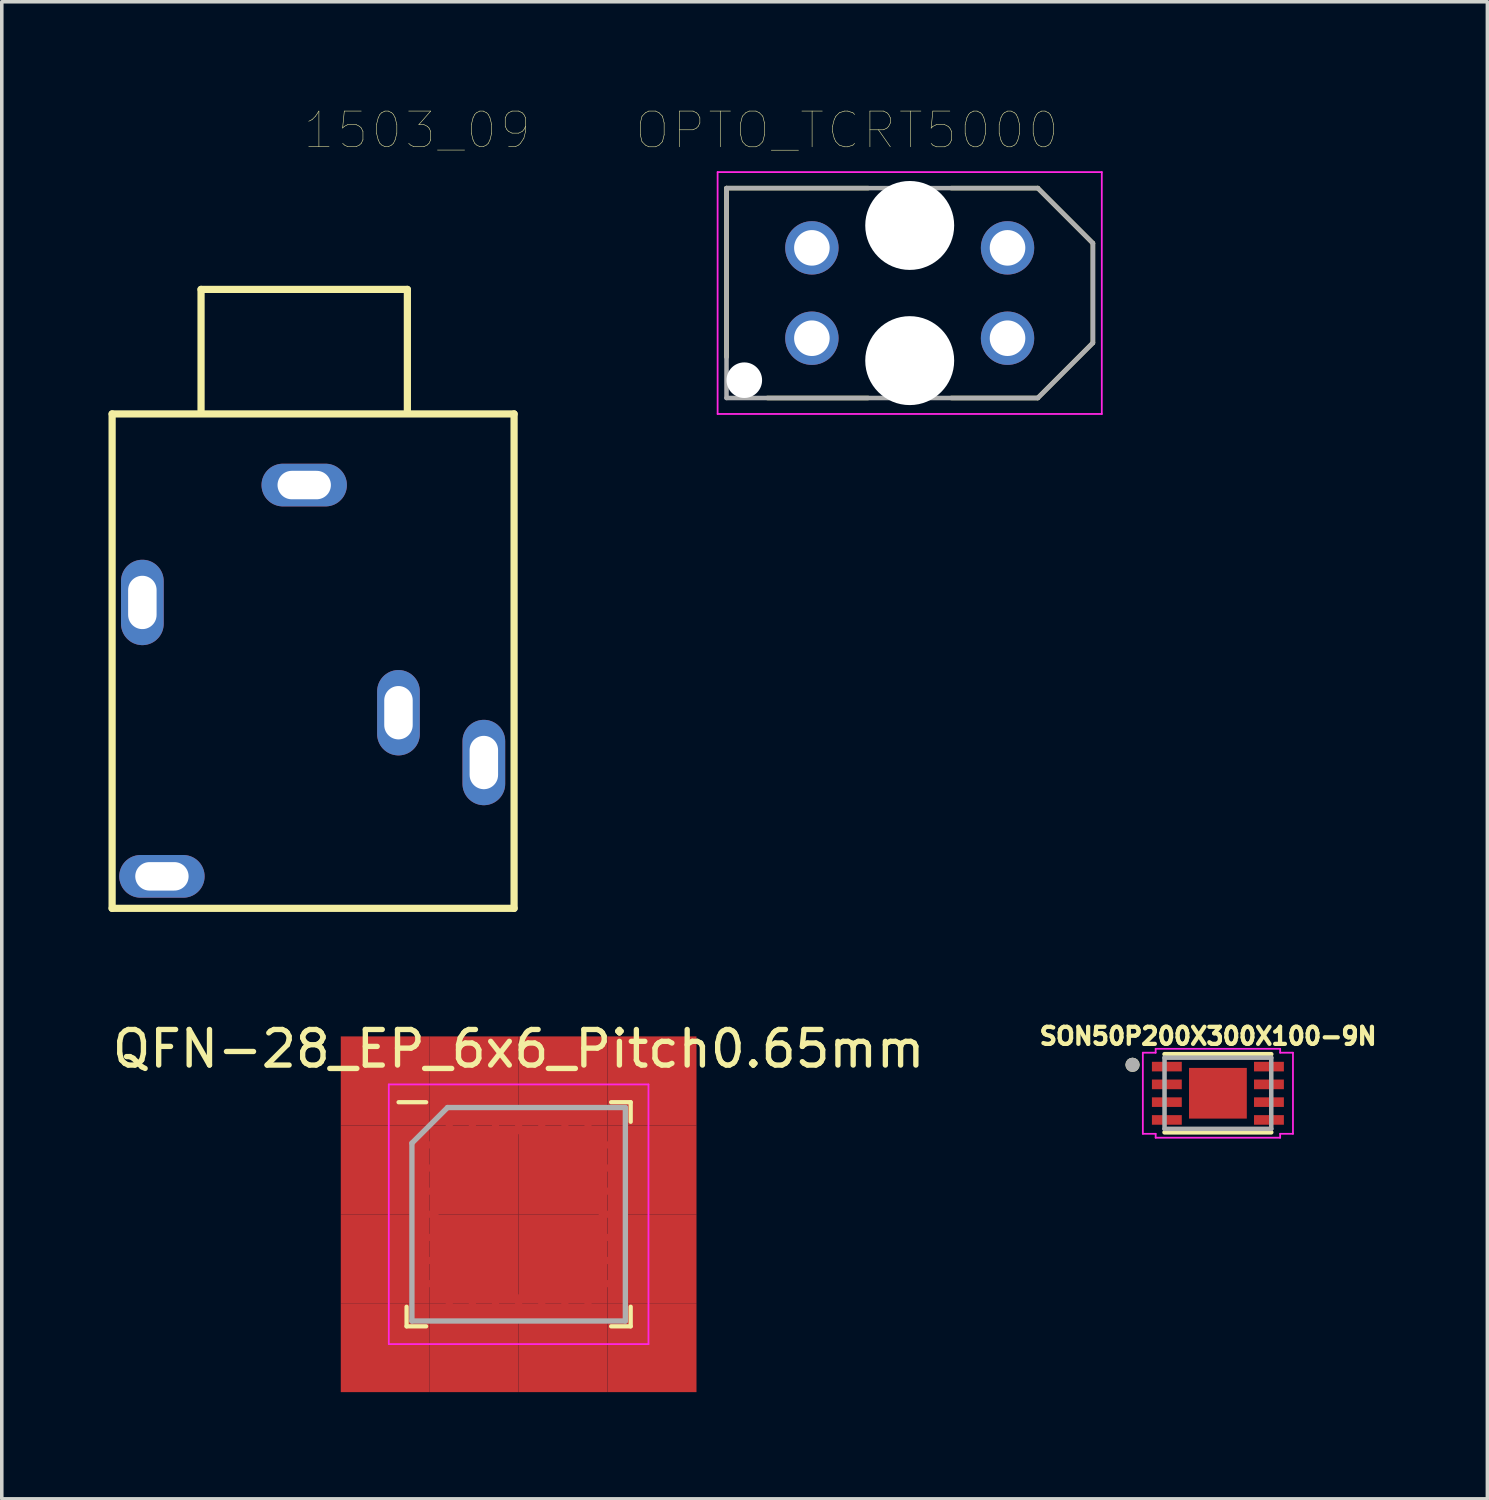
<source format=kicad_pcb>
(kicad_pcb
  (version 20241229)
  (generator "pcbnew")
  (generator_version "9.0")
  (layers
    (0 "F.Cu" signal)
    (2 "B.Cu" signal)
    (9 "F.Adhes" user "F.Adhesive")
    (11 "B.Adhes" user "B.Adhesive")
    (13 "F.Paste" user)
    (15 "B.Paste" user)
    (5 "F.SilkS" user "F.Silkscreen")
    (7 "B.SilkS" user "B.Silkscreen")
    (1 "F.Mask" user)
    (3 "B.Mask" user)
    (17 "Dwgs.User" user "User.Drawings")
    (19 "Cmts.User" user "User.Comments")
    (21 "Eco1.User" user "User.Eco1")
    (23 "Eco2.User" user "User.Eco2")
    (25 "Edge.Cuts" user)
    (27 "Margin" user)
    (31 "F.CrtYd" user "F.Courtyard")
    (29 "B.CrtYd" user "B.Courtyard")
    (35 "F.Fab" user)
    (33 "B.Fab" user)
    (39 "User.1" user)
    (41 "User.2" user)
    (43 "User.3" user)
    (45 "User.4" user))
  (footprint "QFN-28_EP_6x6_Pitch0.65mm"
    (layer "F.Cu")
    (at 11.53 31.086)
    (property "Reference" "QFN-28_EP_6x6_Pitch0.65mm" (at 0 -4.65 0) (layer "F.SilkS") (effects (font (size 1 1) (thickness 0.15))))
    (attr smd)
    (fp_line (start -3.15 3.15) (end -3.15 2.6) (stroke (width 0.12) (type solid)) (layer "F.SilkS"))
    (fp_line (start -2.6 -3.15) (end -3.375 -3.15) (stroke (width 0.12) (type solid)) (layer "F.SilkS"))
    (fp_line (start -2.6 3.15) (end -3.15 3.15) (stroke (width 0.12) (type solid)) (layer "F.SilkS"))
    (fp_line (start 2.6 -3.15) (end 3.15 -3.15) (stroke (width 0.12) (type solid)) (layer "F.SilkS"))
    (fp_line (start 2.6 3.15) (end 3.15 3.15) (stroke (width 0.12) (type solid)) (layer "F.SilkS"))
    (fp_line (start 3.15 -3.15) (end 3.15 -2.6) (stroke (width 0.12) (type solid)) (layer "F.SilkS"))
    (fp_line (start 3.15 3.15) (end 3.15 2.6) (stroke (width 0.12) (type solid)) (layer "F.SilkS"))
    (fp_line (start -3.65 -3.65) (end 3.65 -3.65) (stroke (width 0.05) (type solid)) (layer "F.CrtYd"))
    (fp_line (start -3.65 3.65) (end -3.65 -3.65) (stroke (width 0.05) (type solid)) (layer "F.CrtYd"))
    (fp_line (start 3.65 -3.65) (end 3.65 3.65) (stroke (width 0.05) (type solid)) (layer "F.CrtYd"))
    (fp_line (start 3.65 3.65) (end -3.65 3.65) (stroke (width 0.05) (type solid)) (layer "F.CrtYd"))
    (fp_line (start -3 -2) (end -3 3) (stroke (width 0.15) (type solid)) (layer "F.Fab"))
    (fp_line (start -3 3) (end 3 3) (stroke (width 0.15) (type solid)) (layer "F.Fab"))
    (fp_line (start -2 -3) (end -3 -2) (stroke (width 0.15) (type solid)) (layer "F.Fab"))
    (fp_line (start 3 -3) (end -2 -3) (stroke (width 0.15) (type solid)) (layer "F.Fab"))
    (fp_line (start 3 3) (end 3 -3) (stroke (width 0.15) (type solid)) (layer "F.Fab"))
    (pad "1" smd oval (at -2.625 -1.95 90) (size 0.2 0.75) (layers "F.Cu" "F.Mask" "F.Paste"))
    (pad "2" smd oval (at -2.625 -1.3 90) (size 0.2 0.75) (layers "F.Cu" "F.Mask" "F.Paste"))
    (pad "3" smd oval (at -2.625 -0.65 90) (size 0.2 0.75) (layers "F.Cu" "F.Mask" "F.Paste"))
    (pad "4" smd oval (at -2.625 0 90) (size 0.2 0.75) (layers "F.Cu" "F.Mask" "F.Paste"))
    (pad "5" smd oval (at -2.625 0.65 90) (size 0.2 0.75) (layers "F.Cu" "F.Mask" "F.Paste"))
    (pad "6" smd oval (at -2.625 1.3 90) (size 0.2 0.75) (layers "F.Cu" "F.Mask" "F.Paste"))
    (pad "7" smd oval (at -2.625 1.95 90) (size 0.2 0.75) (layers "F.Cu" "F.Mask" "F.Paste"))
    (pad "8" smd oval (at -1.95 2.625) (size 0.2 0.75) (layers "F.Cu" "F.Mask" "F.Paste"))
    (pad "9" smd oval (at -1.3 2.625) (size 0.2 0.75) (layers "F.Cu" "F.Mask" "F.Paste"))
    (pad "10" smd oval (at -0.65 2.625) (size 0.2 0.75) (layers "F.Cu" "F.Mask" "F.Paste"))
    (pad "11" smd oval (at 0 2.625) (size 0.2 0.75) (layers "F.Cu" "F.Mask" "F.Paste"))
    (pad "12" smd oval (at 0.65 2.625) (size 0.2 0.75) (layers "F.Cu" "F.Mask" "F.Paste"))
    (pad "13" smd oval (at 1.3 2.625) (size 0.2 0.75) (layers "F.Cu" "F.Mask" "F.Paste"))
    (pad "14" smd oval (at 1.95 2.625) (size 0.2 0.75) (layers "F.Cu" "F.Mask" "F.Paste"))
    (pad "15" smd oval (at 2.625 1.95 90) (size 0.2 0.75) (layers "F.Cu" "F.Mask" "F.Paste"))
    (pad "16" smd oval (at 2.625 1.3 90) (size 0.2 0.75) (layers "F.Cu" "F.Mask" "F.Paste"))
    (pad "17" smd oval (at 2.625 0.65 90) (size 0.2 0.75) (layers "F.Cu" "F.Mask" "F.Paste"))
    (pad "18" smd oval (at 2.625 0 90) (size 0.2 0.75) (layers "F.Cu" "F.Mask" "F.Paste"))
    (pad "19" smd oval (at 2.625 -0.65 90) (size 0.2 0.75) (layers "F.Cu" "F.Mask" "F.Paste"))
    (pad "20" smd oval (at 2.625 -1.3 90) (size 0.2 0.75) (layers "F.Cu" "F.Mask" "F.Paste"))
    (pad "21" smd oval (at 2.625 -1.95 90) (size 0.2 0.75) (layers "F.Cu" "F.Mask" "F.Paste"))
    (pad "22" smd oval (at 1.95 -2.625) (size 0.2 0.75) (layers "F.Cu" "F.Mask" "F.Paste"))
    (pad "23" smd oval (at 1.3 -2.625) (size 0.2 0.75) (layers "F.Cu" "F.Mask" "F.Paste"))
    (pad "24" smd oval (at 0.65 -2.625) (size 0.2 0.75) (layers "F.Cu" "F.Mask" "F.Paste"))
    (pad "25" smd oval (at 0 -2.625) (size 0.2 0.75) (layers "F.Cu" "F.Mask" "F.Paste"))
    (pad "26" smd oval (at -0.65 -2.625) (size 0.2 0.75) (layers "F.Cu" "F.Mask" "F.Paste"))
    (pad "27" smd oval (at -1.3 -2.625) (size 0.2 0.75) (layers "F.Cu" "F.Mask" "F.Paste"))
    (pad "28" smd oval (at -1.95 -2.625) (size 0.2 0.75) (layers "F.Cu" "F.Mask" "F.Paste"))
    (pad "29" smd rect (at -3.75 -3.75) (size 2.5 2.5) (layers "F.Cu" "F.Mask" "F.Paste"))
    (pad "29" smd rect (at -3.75 -1.25) (size 2.5 2.5) (layers "F.Cu" "F.Mask" "F.Paste"))
    (pad "29" smd rect (at -3.75 1.25) (size 2.5 2.5) (layers "F.Cu" "F.Mask" "F.Paste"))
    (pad "29" smd rect (at -3.75 3.75) (size 2.5 2.5) (layers "F.Cu" "F.Mask" "F.Paste"))
    (pad "29" smd rect (at -1.25 -3.75) (size 2.5 2.5) (layers "F.Cu" "F.Mask" "F.Paste"))
    (pad "29" smd rect (at -1.25 -1.25) (size 2.5 2.5) (layers "F.Cu" "F.Mask" "F.Paste"))
    (pad "29" smd rect (at -1.25 1.25) (size 2.5 2.5) (layers "F.Cu" "F.Mask" "F.Paste"))
    (pad "29" smd rect (at -1.25 3.75) (size 2.5 2.5) (layers "F.Cu" "F.Mask" "F.Paste"))
    (pad "29" smd rect (at 1.25 -3.75) (size 2.5 2.5) (layers "F.Cu" "F.Mask" "F.Paste"))
    (pad "29" smd rect (at 1.25 -1.25) (size 2.5 2.5) (layers "F.Cu" "F.Mask" "F.Paste"))
    (pad "29" smd rect (at 1.25 1.25) (size 2.5 2.5) (layers "F.Cu" "F.Mask" "F.Paste"))
    (pad "29" smd rect (at 1.25 3.75) (size 2.5 2.5) (layers "F.Cu" "F.Mask" "F.Paste"))
    (pad "29" smd rect (at 3.75 -3.75) (size 2.5 2.5) (layers "F.Cu" "F.Mask" "F.Paste"))
    (pad "29" smd rect (at 3.75 -1.25) (size 2.5 2.5) (layers "F.Cu" "F.Mask" "F.Paste"))
    (pad "29" smd rect (at 3.75 1.25) (size 2.5 2.5) (layers "F.Cu" "F.Mask" "F.Paste"))
    (pad "29" smd rect (at 3.75 3.75) (size 2.5 2.5) (layers "F.Cu" "F.Mask" "F.Paste")))
  (footprint "1503_09"
    (layer "F.Cu")
    (at 5.502 8.486)
    (property "Reference" "1503_09" (at 3.175 -7.875 0) (layer "F.SilkS") (effects (font (size 1 1) (thickness 0.015))))
    (attr through_hole)
    (fp_line (start -5.4 0.1) (end 5.9 0.1) (stroke (width 0.203) (type solid)) (layer "F.SilkS"))
    (fp_line (start -5.4 14) (end -5.4 0.1) (stroke (width 0.203) (type solid)) (layer "F.SilkS"))
    (fp_line (start -2.9 -3.4) (end 2.9 -3.4) (stroke (width 0.203) (type solid)) (layer "F.SilkS"))
    (fp_line (start -2.9 0) (end -2.9 -3.4) (stroke (width 0.203) (type solid)) (layer "F.SilkS"))
    (fp_line (start 2.9 -3.4) (end 2.9 0) (stroke (width 0.203) (type solid)) (layer "F.SilkS"))
    (fp_line (start 5.9 0.1) (end 5.9 14) (stroke (width 0.203) (type solid)) (layer "F.SilkS"))
    (fp_line (start 5.9 14) (end -5.4 14) (stroke (width 0.203) (type solid)) (layer "F.SilkS"))
    (pad "1" thru_hole oval (at 0 2.1) (size 2.4 1.2) (drill oval 1.5 0.8) (layers "*.Cu" "*.Mask"))
    (pad "2" thru_hole oval (at -4.55 5.4) (size 1.2 2.4) (drill oval 0.8 1.5) (layers "*.Cu" "*.Mask"))
    (pad "3" thru_hole oval (at 5.05 9.9) (size 1.2 2.4) (drill oval 0.8 1.5) (layers "*.Cu" "*.Mask"))
    (pad "4" thru_hole oval (at -4 13.1) (size 2.4 1.2) (drill oval 1.5 0.8) (layers "*.Cu" "*.Mask"))
    (pad "5" thru_hole oval (at 2.65 8.5) (size 1.2 2.4) (drill oval 0.8 1.5) (layers "*.Cu" "*.Mask")))
  (footprint "SON50P200X300X100-9N"
    (layer "F.Cu")
    (at 31.188 27.684)
    (property "Reference" "SON50P200X300X100-9N" (at -0.276 -1.605 0) (layer "F.SilkS") (effects (font (size 0.48 0.48) (thickness 0.15))))
    (attr through_hole)
    (fp_line (start -1.5 -1.099) (end 1.5 -1.099) (stroke (width 0.127) (type solid)) (layer "F.SilkS"))
    (fp_line (start -1.5 1.099) (end 1.5 1.099) (stroke (width 0.127) (type solid)) (layer "F.SilkS"))
    (fp_circle (center -2.4 -0.8) (end -2.3 -0.8) (stroke (width 0.2) (type solid)) (fill no) (layer "F.SilkS"))
    (fp_poly (pts (xy -0.665 -0.49) (xy -0.075 -0.49) (xy -0.075 0.49) (xy -0.665 0.49)) (stroke (width 0.01) (type solid)) (fill yes) (layer "F.Paste"))
    (fp_poly (pts (xy 0.075 -0.49) (xy 0.665 -0.49) (xy 0.665 0.49) (xy 0.075 0.49)) (stroke (width 0.01) (type solid)) (fill yes) (layer "F.Paste"))
    (fp_line (start -2.11 -1.14) (end -1.75 -1.14) (stroke (width 0.05) (type solid)) (layer "F.CrtYd"))
    (fp_line (start -2.11 1.14) (end -2.11 -1.14) (stroke (width 0.05) (type solid)) (layer "F.CrtYd"))
    (fp_line (start -1.75 -1.25) (end 1.75 -1.25) (stroke (width 0.05) (type solid)) (layer "F.CrtYd"))
    (fp_line (start -1.75 -1.14) (end -1.75 -1.25) (stroke (width 0.05) (type solid)) (layer "F.CrtYd"))
    (fp_line (start -1.75 1.14) (end -2.11 1.14) (stroke (width 0.05) (type solid)) (layer "F.CrtYd"))
    (fp_line (start -1.75 1.25) (end -1.75 1.14) (stroke (width 0.05) (type solid)) (layer "F.CrtYd"))
    (fp_line (start 1.75 -1.25) (end 1.75 -1.14) (stroke (width 0.05) (type solid)) (layer "F.CrtYd"))
    (fp_line (start 1.75 -1.14) (end 2.11 -1.14) (stroke (width 0.05) (type solid)) (layer "F.CrtYd"))
    (fp_line (start 1.75 1.14) (end 1.75 1.25) (stroke (width 0.05) (type solid)) (layer "F.CrtYd"))
    (fp_line (start 1.75 1.25) (end -1.75 1.25) (stroke (width 0.05) (type solid)) (layer "F.CrtYd"))
    (fp_line (start 2.11 -1.14) (end 2.11 1.14) (stroke (width 0.05) (type solid)) (layer "F.CrtYd"))
    (fp_line (start 2.11 1.14) (end 1.75 1.14) (stroke (width 0.05) (type solid)) (layer "F.CrtYd"))
    (fp_line (start -1.5 -1) (end 1.5 -1) (stroke (width 0.127) (type solid)) (layer "F.Fab"))
    (fp_line (start -1.5 1) (end -1.5 -1) (stroke (width 0.127) (type solid)) (layer "F.Fab"))
    (fp_line (start 1.5 -1) (end 1.5 1) (stroke (width 0.127) (type solid)) (layer "F.Fab"))
    (fp_line (start 1.5 1) (end -1.5 1) (stroke (width 0.127) (type solid)) (layer "F.Fab"))
    (fp_circle (center -2.4 -0.8) (end -2.3 -0.8) (stroke (width 0.2) (type solid)) (fill no) (layer "F.Fab"))
    (pad "1" smd roundrect (at -1.435 -0.75) (size 0.84 0.27) (layers "F.Cu" "F.Mask" "F.Paste") (roundrect_rratio 0.01))
    (pad "2" smd roundrect (at -1.435 -0.25) (size 0.84 0.27) (layers "F.Cu" "F.Mask" "F.Paste") (roundrect_rratio 0.01))
    (pad "3" smd roundrect (at -1.435 0.25) (size 0.84 0.27) (layers "F.Cu" "F.Mask" "F.Paste") (roundrect_rratio 0.01))
    (pad "4" smd roundrect (at -1.435 0.75) (size 0.84 0.27) (layers "F.Cu" "F.Mask" "F.Paste") (roundrect_rratio 0.01))
    (pad "5" smd roundrect (at 1.435 0.75) (size 0.84 0.27) (layers "F.Cu" "F.Mask" "F.Paste") (roundrect_rratio 0.01))
    (pad "6" smd roundrect (at 1.435 0.25) (size 0.84 0.27) (layers "F.Cu" "F.Mask" "F.Paste") (roundrect_rratio 0.01))
    (pad "7" smd roundrect (at 1.435 -0.25) (size 0.84 0.27) (layers "F.Cu" "F.Mask" "F.Paste") (roundrect_rratio 0.01))
    (pad "8" smd roundrect (at 1.435 -0.75) (size 0.84 0.27) (layers "F.Cu" "F.Mask" "F.Paste") (roundrect_rratio 0.01))
    (pad "9" smd rect (at 0 0) (size 1.625 1.425) (layers "F.Cu" "F.Mask")))
  (footprint "OPTO_TCRT5000"
    (layer "F.Cu")
    (at 22.524 5.188)
    (property "Reference" "OPTO_TCRT5000" (at -1.764 -4.575 0) (layer "F.SilkS") (effects (font (size 1.004 1.004) (thickness 0.015))))
    (attr through_hole)
    (fp_line (start -5.15 -2.95) (end -1.17 -2.95) (stroke (width 0.127) (type solid)) (layer "F.SilkS"))
    (fp_line (start -5.15 1.8) (end -5.15 -2.95) (stroke (width 0.127) (type solid)) (layer "F.SilkS"))
    (fp_line (start -4 2.95) (end -1.17 2.95) (stroke (width 0.127) (type solid)) (layer "F.SilkS"))
    (fp_line (start 1.17 2.95) (end 3.6 2.95) (stroke (width 0.127) (type solid)) (layer "F.SilkS"))
    (fp_line (start 3.6 -2.95) (end 1.17 -2.95) (stroke (width 0.127) (type solid)) (layer "F.SilkS"))
    (fp_line (start 3.6 -2.95) (end 5.15 -1.4) (stroke (width 0.127) (type solid)) (layer "F.SilkS"))
    (fp_line (start 3.6 2.95) (end 5.15 1.4) (stroke (width 0.127) (type solid)) (layer "F.SilkS"))
    (fp_line (start 5.15 1.4) (end 5.15 -1.4) (stroke (width 0.127) (type solid)) (layer "F.SilkS"))
    (fp_line (start -5.4 -3.4) (end -5.4 3.4) (stroke (width 0.05) (type solid)) (layer "F.CrtYd"))
    (fp_line (start -5.4 3.4) (end 5.4 3.4) (stroke (width 0.05) (type solid)) (layer "F.CrtYd"))
    (fp_line (start 5.4 -3.4) (end -5.4 -3.4) (stroke (width 0.05) (type solid)) (layer "F.CrtYd"))
    (fp_line (start 5.4 3.4) (end 5.4 -3.4) (stroke (width 0.05) (type solid)) (layer "F.CrtYd"))
    (fp_line (start -5.15 -2.95) (end -5.15 2.95) (stroke (width 0.127) (type solid)) (layer "F.Fab"))
    (fp_line (start -5.15 2.95) (end 3.6 2.95) (stroke (width 0.127) (type solid)) (layer "F.Fab"))
    (fp_line (start 3.6 -2.95) (end -5.15 -2.95) (stroke (width 0.127) (type solid)) (layer "F.Fab"))
    (fp_line (start 3.6 -2.95) (end 5.15 -1.4) (stroke (width 0.127) (type solid)) (layer "F.Fab"))
    (fp_line (start 3.6 2.95) (end 5.15 1.4) (stroke (width 0.127) (type solid)) (layer "F.Fab"))
    (fp_line (start 5.15 1.4) (end 5.15 -1.4) (stroke (width 0.127) (type solid)) (layer "F.Fab"))
    (pad "" np_thru_hole circle (at -4.65 2.45) (size 1 1) (drill 1) (layers "*.Cu" "*.Mask"))
    (pad "" np_thru_hole circle (at 0 -1.9) (size 2.5 2.5) (drill 2.5) (layers "*.Cu" "*.Mask"))
    (pad "" np_thru_hole circle (at 0 1.9) (size 2.5 2.5) (drill 2.5) (layers "*.Cu" "*.Mask"))
    (pad "A" thru_hole circle (at 2.75 -1.27) (size 1.5 1.5) (drill 1) (layers "*.Cu" "*.Mask"))
    (pad "CATH" thru_hole circle (at 2.75 1.27) (size 1.5 1.5) (drill 1) (layers "*.Cu" "*.Mask"))
    (pad "COLL" thru_hole circle (at -2.75 -1.27) (size 1.5 1.5) (drill 1) (layers "*.Cu" "*.Mask"))
    (pad "E" thru_hole circle (at -2.75 1.27) (size 1.5 1.5) (drill 1) (layers "*.Cu" "*.Mask")))
  (gr_rect
    (start -3 -3)
    (end 38.764 39.086)
    (stroke (width 0.1) (type default))
    (fill no)
    (layer "Edge.Cuts")))
</source>
